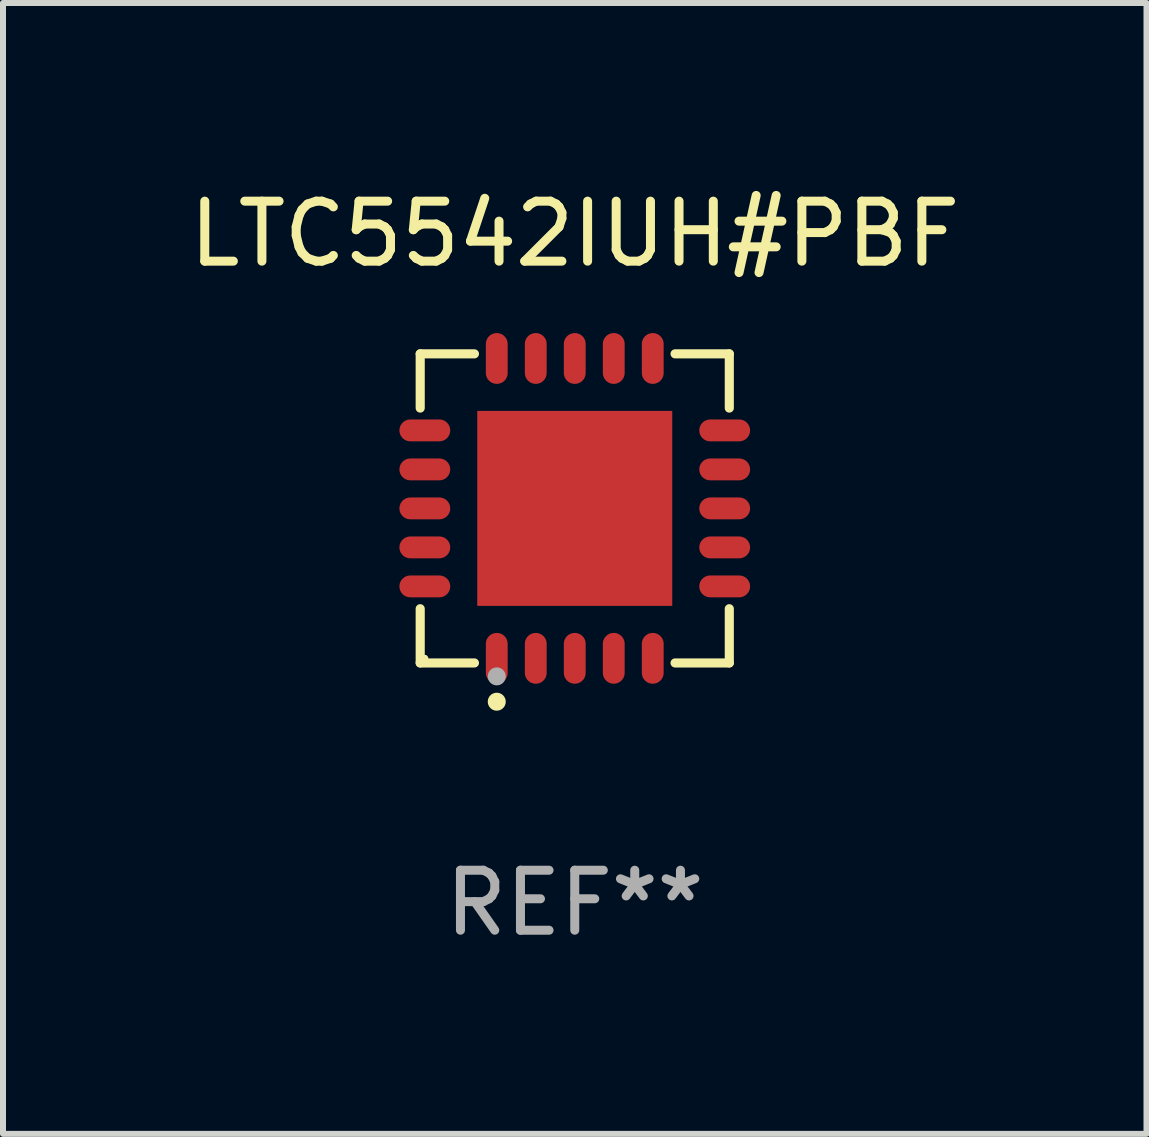
<source format=kicad_pcb>
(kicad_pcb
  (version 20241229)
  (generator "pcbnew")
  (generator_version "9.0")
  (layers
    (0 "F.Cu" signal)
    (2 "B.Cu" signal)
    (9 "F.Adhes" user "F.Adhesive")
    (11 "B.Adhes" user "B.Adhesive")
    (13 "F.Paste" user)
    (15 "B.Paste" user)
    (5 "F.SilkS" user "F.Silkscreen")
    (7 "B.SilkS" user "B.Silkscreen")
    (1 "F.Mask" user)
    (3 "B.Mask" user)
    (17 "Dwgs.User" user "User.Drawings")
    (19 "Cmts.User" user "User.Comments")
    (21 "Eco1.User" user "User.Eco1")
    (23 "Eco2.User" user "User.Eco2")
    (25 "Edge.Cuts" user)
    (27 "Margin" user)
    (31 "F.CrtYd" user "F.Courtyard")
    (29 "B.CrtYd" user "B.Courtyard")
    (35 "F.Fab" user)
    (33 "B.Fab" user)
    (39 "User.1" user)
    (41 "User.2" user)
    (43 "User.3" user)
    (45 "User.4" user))
  (footprint "LTC5542IUH#PBF"
    (layer "F.Cu")
    (at 6.53 5.424)
    (property "Reference" "LTC5542IUH#PBF" (at 0 -4.576 0) (layer "F.SilkS") (effects (font (size 1 1) (thickness 0.15))))
    (attr through_hole)
    (fp_line (start -2.576 -2.576) (end -1.672 -2.576) (stroke (width 0.152) (type solid)) (layer "F.SilkS"))
    (fp_line (start -2.576 -1.672) (end -2.576 -2.576) (stroke (width 0.152) (type solid)) (layer "F.SilkS"))
    (fp_line (start -2.576 1.672) (end -2.576 2.576) (stroke (width 0.152) (type solid)) (layer "F.SilkS"))
    (fp_line (start -2.576 2.576) (end -1.672 2.576) (stroke (width 0.152) (type solid)) (layer "F.SilkS"))
    (fp_line (start 2.576 -2.576) (end 1.672 -2.576) (stroke (width 0.152) (type solid)) (layer "F.SilkS"))
    (fp_line (start 2.576 -1.672) (end 2.576 -2.576) (stroke (width 0.152) (type solid)) (layer "F.SilkS"))
    (fp_line (start 2.576 1.672) (end 2.576 2.576) (stroke (width 0.152) (type solid)) (layer "F.SilkS"))
    (fp_line (start 2.576 2.576) (end 1.672 2.576) (stroke (width 0.152) (type solid)) (layer "F.SilkS"))
    (fp_circle (center -2.5 2.5) (end -2.47 2.5) (stroke (width 0.06) (type solid)) (fill no) (layer "F.SilkS"))
    (fp_circle (center -1.3 3.222) (end -1.225 3.222) (stroke (width 0.15) (type solid)) (fill no) (layer "F.SilkS"))
    (fp_circle (center -1.3 2.8) (end -1.225 2.8) (stroke (width 0.15) (type solid)) (fill no) (layer "F.Fab"))
    (fp_text user "REF**" (at 0 6.576 0) (layer "F.Fab") (effects (font (size 1 1) (thickness 0.15))))
    (pad "1" smd oval (at -1.3 2.499) (size 0.364 0.847) (layers "F.Cu" "F.Mask" "F.Paste"))
    (pad "2" smd oval (at -0.65 2.499) (size 0.364 0.847) (layers "F.Cu" "F.Mask" "F.Paste"))
    (pad "3" smd oval (at 0 2.499) (size 0.364 0.847) (layers "F.Cu" "F.Mask" "F.Paste"))
    (pad "4" smd oval (at 0.65 2.499) (size 0.364 0.847) (layers "F.Cu" "F.Mask" "F.Paste"))
    (pad "5" smd oval (at 1.3 2.499) (size 0.364 0.847) (layers "F.Cu" "F.Mask" "F.Paste"))
    (pad "6" smd oval (at 2.499 1.3) (size 0.847 0.364) (layers "F.Cu" "F.Mask" "F.Paste"))
    (pad "7" smd oval (at 2.499 0.65) (size 0.847 0.364) (layers "F.Cu" "F.Mask" "F.Paste"))
    (pad "8" smd oval (at 2.499 0) (size 0.847 0.364) (layers "F.Cu" "F.Mask" "F.Paste"))
    (pad "9" smd oval (at 2.499 -0.65) (size 0.847 0.364) (layers "F.Cu" "F.Mask" "F.Paste"))
    (pad "10" smd oval (at 2.499 -1.3) (size 0.847 0.364) (layers "F.Cu" "F.Mask" "F.Paste"))
    (pad "11" smd oval (at 1.3 -2.499) (size 0.364 0.847) (layers "F.Cu" "F.Mask" "F.Paste"))
    (pad "12" smd oval (at 0.65 -2.499) (size 0.364 0.847) (layers "F.Cu" "F.Mask" "F.Paste"))
    (pad "13" smd oval (at 0 -2.499) (size 0.364 0.847) (layers "F.Cu" "F.Mask" "F.Paste"))
    (pad "14" smd oval (at -0.65 -2.499) (size 0.364 0.847) (layers "F.Cu" "F.Mask" "F.Paste"))
    (pad "15" smd oval (at -1.3 -2.499) (size 0.364 0.847) (layers "F.Cu" "F.Mask" "F.Paste"))
    (pad "16" smd oval (at -2.499 -1.3) (size 0.847 0.364) (layers "F.Cu" "F.Mask" "F.Paste"))
    (pad "17" smd oval (at -2.499 -0.65) (size 0.847 0.364) (layers "F.Cu" "F.Mask" "F.Paste"))
    (pad "18" smd oval (at -2.499 0) (size 0.847 0.364) (layers "F.Cu" "F.Mask" "F.Paste"))
    (pad "19" smd oval (at -2.499 0.65) (size 0.847 0.364) (layers "F.Cu" "F.Mask" "F.Paste"))
    (pad "20" smd oval (at -2.499 1.3) (size 0.847 0.364) (layers "F.Cu" "F.Mask" "F.Paste"))
    (pad "21" smd rect (at 0 0) (size 3.25 3.25) (layers "F.Cu" "F.Mask" "F.Paste")))
  (gr_rect
    (start -3 -3)
    (end 16.06 15.849)
    (stroke (width 0.1) (type default))
    (fill no)
    (layer "Edge.Cuts")))
</source>
